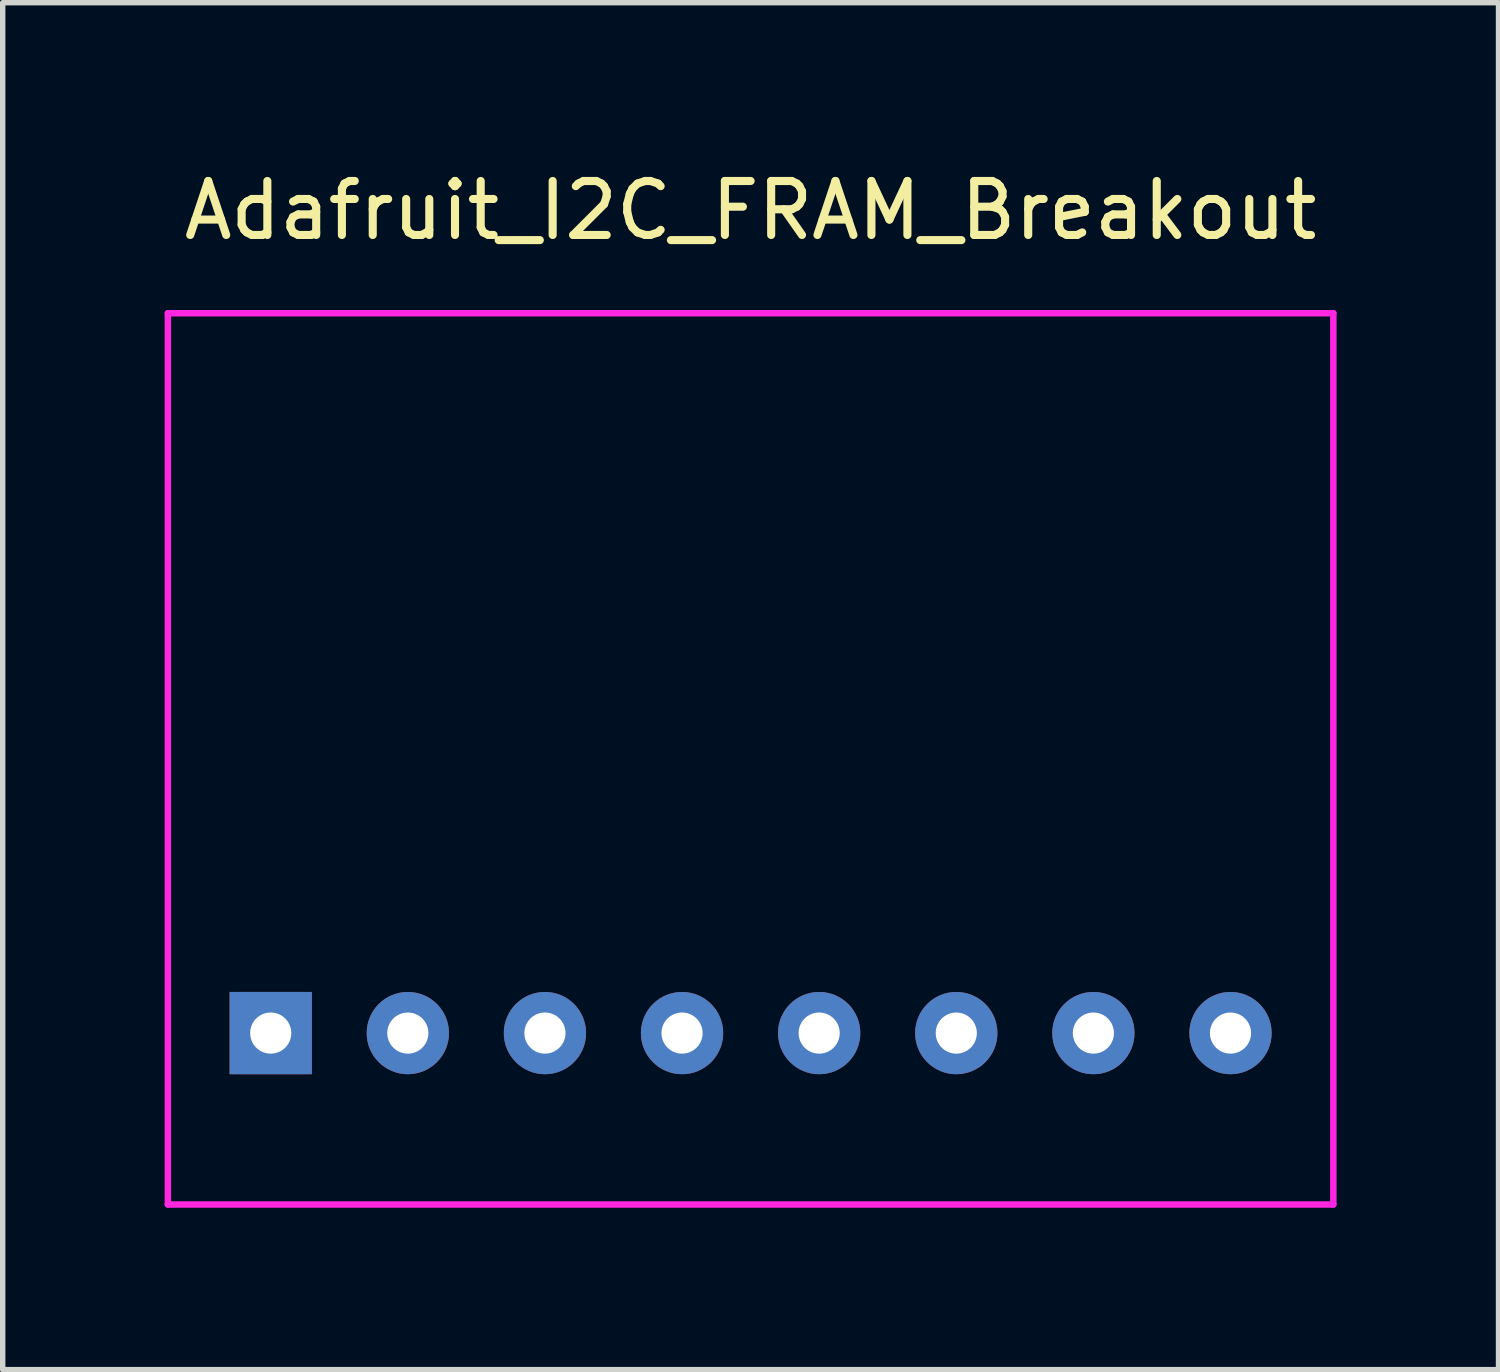
<source format=kicad_pcb>
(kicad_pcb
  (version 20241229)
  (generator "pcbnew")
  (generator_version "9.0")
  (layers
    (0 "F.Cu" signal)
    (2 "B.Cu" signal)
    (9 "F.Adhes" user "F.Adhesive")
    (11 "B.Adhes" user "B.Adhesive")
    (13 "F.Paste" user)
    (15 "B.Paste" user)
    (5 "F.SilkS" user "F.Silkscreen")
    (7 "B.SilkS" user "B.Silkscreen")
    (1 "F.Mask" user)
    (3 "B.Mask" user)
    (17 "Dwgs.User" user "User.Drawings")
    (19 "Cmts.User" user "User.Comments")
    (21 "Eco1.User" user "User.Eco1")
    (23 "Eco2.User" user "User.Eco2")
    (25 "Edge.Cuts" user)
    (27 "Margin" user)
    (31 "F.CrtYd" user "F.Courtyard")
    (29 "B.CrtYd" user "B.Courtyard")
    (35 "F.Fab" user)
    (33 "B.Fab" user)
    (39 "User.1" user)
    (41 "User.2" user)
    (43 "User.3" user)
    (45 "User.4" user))
  (footprint "Adafruit_I2C_FRAM_Breakout"
    (layer "F.Cu")
    (at 10.855 11.008)
    (property "Reference" "Adafruit_I2C_FRAM_Breakout" (at 0 -10.16 0) (layer "F.SilkS") (effects (font (size 1 1) (thickness 0.15))))
    (attr through_hole)
    (fp_line (start -10.795 -8.255) (end -10.795 8.255) (stroke (width 0.12) (type solid)) (layer "F.CrtYd"))
    (fp_line (start -10.795 8.255) (end 10.795 8.255) (stroke (width 0.12) (type solid)) (layer "F.CrtYd"))
    (fp_line (start 10.795 -8.255) (end -10.795 -8.255) (stroke (width 0.12) (type solid)) (layer "F.CrtYd"))
    (fp_line (start 10.795 8.255) (end 10.795 -8.255) (stroke (width 0.12) (type solid)) (layer "F.CrtYd"))
    (pad "1" thru_hole rect (at -8.89 5.08) (size 1.524 1.524) (drill 0.762) (layers "*.Cu" "*.Mask"))
    (pad "2" thru_hole circle (at -6.35 5.08) (size 1.524 1.524) (drill 0.762) (layers "*.Cu" "*.Mask"))
    (pad "3" thru_hole circle (at -3.81 5.08) (size 1.524 1.524) (drill 0.762) (layers "*.Cu" "*.Mask"))
    (pad "4" thru_hole circle (at -1.27 5.08) (size 1.524 1.524) (drill 0.762) (layers "*.Cu" "*.Mask"))
    (pad "5" thru_hole circle (at 1.27 5.08) (size 1.524 1.524) (drill 0.762) (layers "*.Cu" "*.Mask"))
    (pad "6" thru_hole circle (at 3.81 5.08) (size 1.524 1.524) (drill 0.762) (layers "*.Cu" "*.Mask"))
    (pad "7" thru_hole circle (at 6.35 5.08) (size 1.524 1.524) (drill 0.762) (layers "*.Cu" "*.Mask"))
    (pad "8" thru_hole circle (at 8.89 5.08) (size 1.524 1.524) (drill 0.762) (layers "*.Cu" "*.Mask")))
  (gr_rect
    (start -3 -3)
    (end 24.71 22.323)
    (stroke (width 0.1) (type default))
    (fill no)
    (layer "Edge.Cuts")))
</source>
